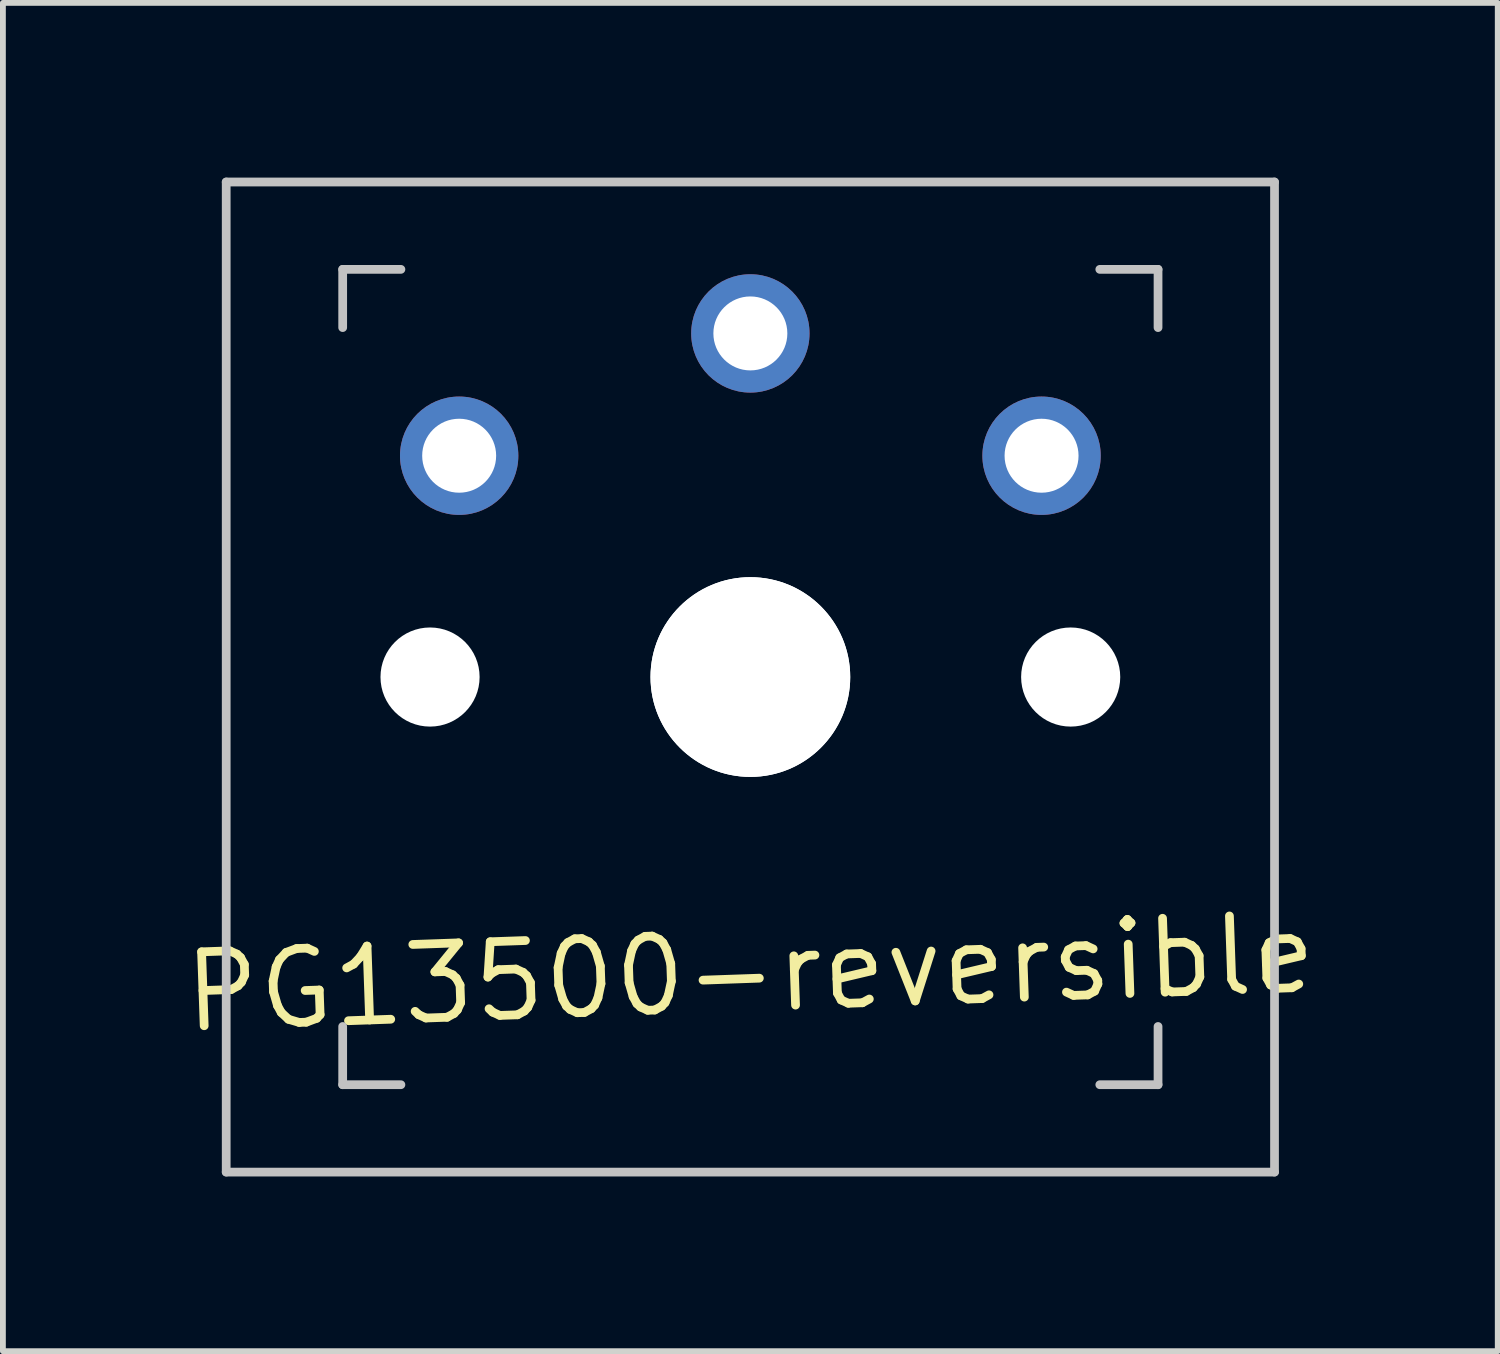
<source format=kicad_pcb>
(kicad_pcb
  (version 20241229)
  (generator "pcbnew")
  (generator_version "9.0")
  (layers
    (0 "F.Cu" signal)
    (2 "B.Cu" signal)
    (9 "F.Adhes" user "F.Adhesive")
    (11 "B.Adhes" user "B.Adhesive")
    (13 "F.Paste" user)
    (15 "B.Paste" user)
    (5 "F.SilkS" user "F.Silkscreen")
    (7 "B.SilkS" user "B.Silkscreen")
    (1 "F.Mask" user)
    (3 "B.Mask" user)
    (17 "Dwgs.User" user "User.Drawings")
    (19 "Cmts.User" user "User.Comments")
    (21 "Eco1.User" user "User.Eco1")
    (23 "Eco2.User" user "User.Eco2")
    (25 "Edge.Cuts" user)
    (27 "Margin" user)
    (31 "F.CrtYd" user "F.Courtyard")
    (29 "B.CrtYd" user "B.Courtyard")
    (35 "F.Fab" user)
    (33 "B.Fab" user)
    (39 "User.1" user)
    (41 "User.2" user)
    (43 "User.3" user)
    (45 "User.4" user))
  (footprint "PG13500-reversible"
    (layer "F.Cu")
    (at 9.834 8.575)
    (property "Reference" "PG13500-reversible" (at 0 5.08 182) (layer "F.SilkS") (effects (font (size 1.27 1.27) (thickness 0.15))))
    (attr through_hole)
    (fp_line (start -9 -8.5) (end 9 -8.5) (stroke (width 0.15) (type solid)) (layer "Dwgs.User"))
    (fp_line (start -9 8.5) (end -9 -8.5) (stroke (width 0.15) (type solid)) (layer "Dwgs.User"))
    (fp_line (start -7 -7) (end -7 -6) (stroke (width 0.15) (type solid)) (layer "Dwgs.User"))
    (fp_line (start -7 -7) (end -6 -7) (stroke (width 0.15) (type solid)) (layer "Dwgs.User"))
    (fp_line (start -7 6) (end -7 7) (stroke (width 0.15) (type solid)) (layer "Dwgs.User"))
    (fp_line (start -6 7) (end -7 7) (stroke (width 0.15) (type solid)) (layer "Dwgs.User"))
    (fp_line (start 6 -7) (end 7 -7) (stroke (width 0.15) (type solid)) (layer "Dwgs.User"))
    (fp_line (start 7 -6) (end 7 -7) (stroke (width 0.15) (type solid)) (layer "Dwgs.User"))
    (fp_line (start 7 7) (end 6 7) (stroke (width 0.15) (type solid)) (layer "Dwgs.User"))
    (fp_line (start 7 7) (end 7 6) (stroke (width 0.15) (type solid)) (layer "Dwgs.User"))
    (fp_line (start 9 8.5) (end -9 8.5) (stroke (width 0.15) (type solid)) (layer "Dwgs.User"))
    (fp_line (start 9 8.5) (end 9 -8.5) (stroke (width 0.15) (type solid)) (layer "Dwgs.User"))
    (pad "" np_thru_hole circle (at -5.5 0 182) (size 1.702 1.702) (drill 1.702) (layers "*.Cu" "*.Mask"))
    (pad "" np_thru_hole circle (at 0 0 182) (size 3.429 3.429) (drill 3.429) (layers "*.Cu" "*.Mask"))
    (pad "" np_thru_hole circle (at 0 0 178) (size 3.429 3.429) (drill 3.429) (layers "*.Cu" "*.Mask"))
    (pad "" np_thru_hole circle (at 5.5 0 182) (size 1.702 1.702) (drill 1.702) (layers "*.Cu" "*.Mask"))
    (pad "1" thru_hole circle (at 0 -5.9 182) (size 2.032 2.032) (drill 1.27) (layers "*.Cu" "*.Mask"))
    (pad "2" thru_hole circle (at -5 -3.8 178) (size 2.032 2.032) (drill 1.27) (layers "*.Cu" "*.Mask"))
    (pad "2" thru_hole circle (at 5 -3.8 182) (size 2.032 2.032) (drill 1.27) (layers "*.Cu" "*.Mask")))
  (gr_rect
    (start -3 -3)
    (end 22.667 20.15)
    (stroke (width 0.1) (type default))
    (fill no)
    (layer "Edge.Cuts")))
</source>
